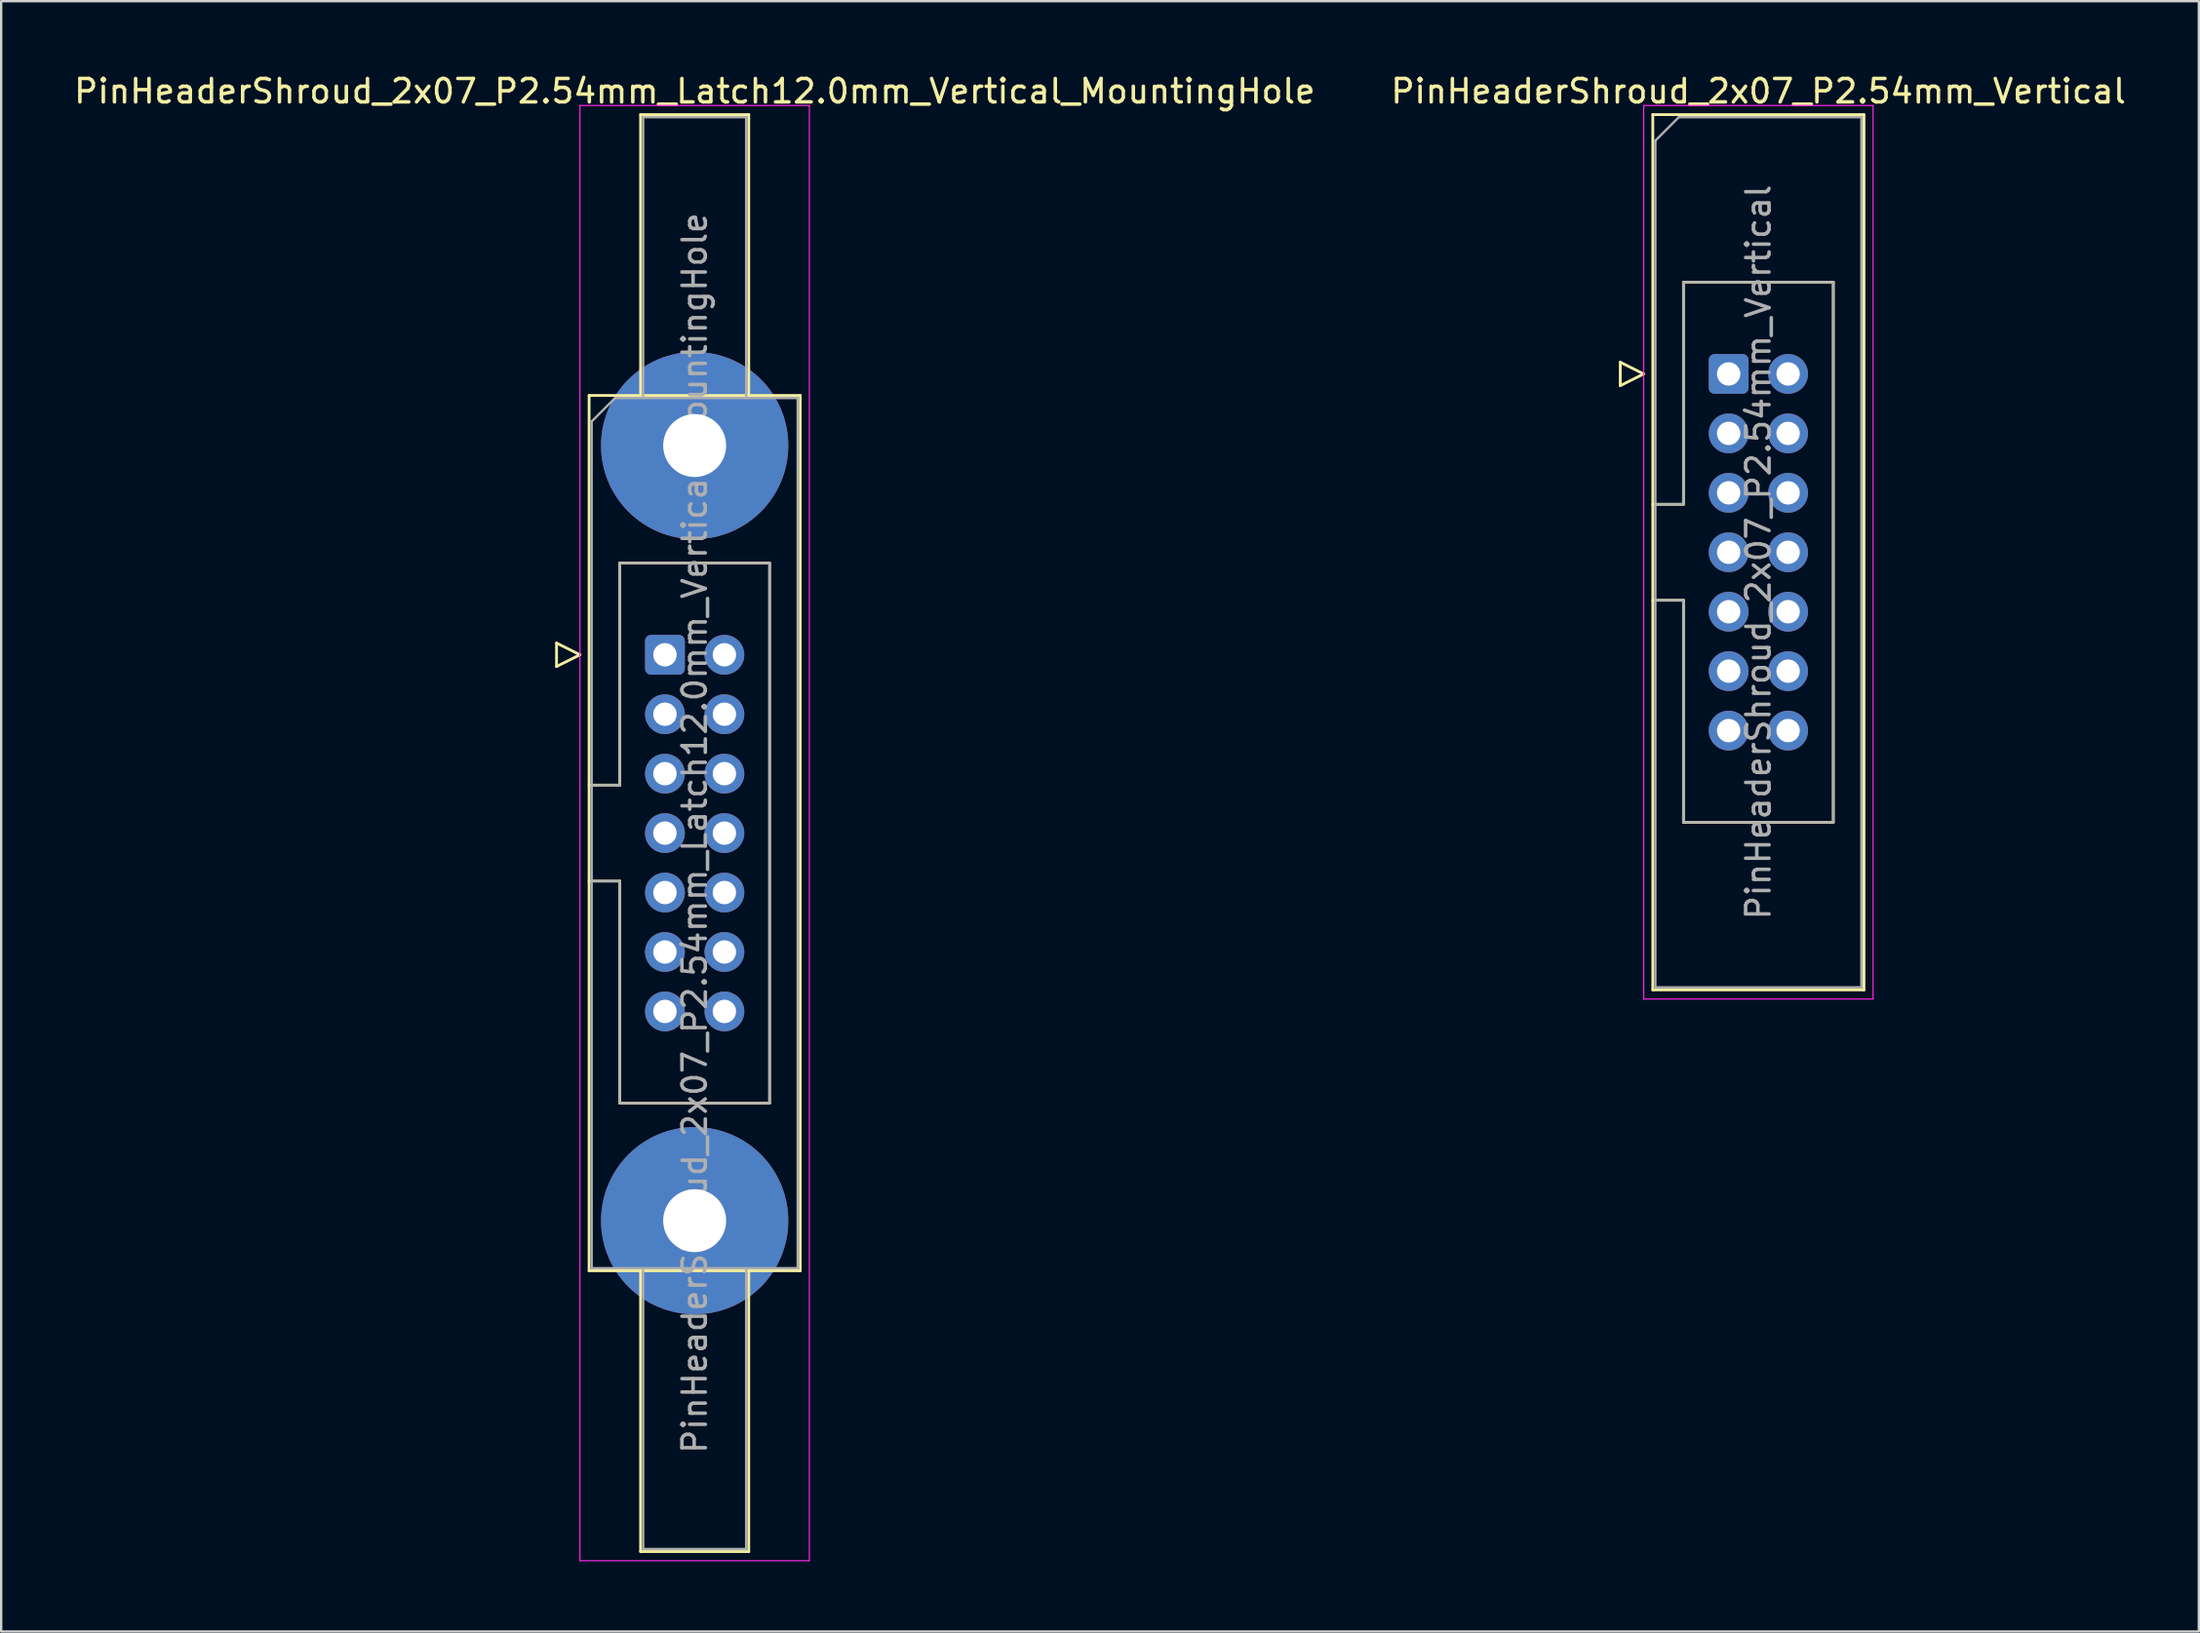
<source format=kicad_pcb>
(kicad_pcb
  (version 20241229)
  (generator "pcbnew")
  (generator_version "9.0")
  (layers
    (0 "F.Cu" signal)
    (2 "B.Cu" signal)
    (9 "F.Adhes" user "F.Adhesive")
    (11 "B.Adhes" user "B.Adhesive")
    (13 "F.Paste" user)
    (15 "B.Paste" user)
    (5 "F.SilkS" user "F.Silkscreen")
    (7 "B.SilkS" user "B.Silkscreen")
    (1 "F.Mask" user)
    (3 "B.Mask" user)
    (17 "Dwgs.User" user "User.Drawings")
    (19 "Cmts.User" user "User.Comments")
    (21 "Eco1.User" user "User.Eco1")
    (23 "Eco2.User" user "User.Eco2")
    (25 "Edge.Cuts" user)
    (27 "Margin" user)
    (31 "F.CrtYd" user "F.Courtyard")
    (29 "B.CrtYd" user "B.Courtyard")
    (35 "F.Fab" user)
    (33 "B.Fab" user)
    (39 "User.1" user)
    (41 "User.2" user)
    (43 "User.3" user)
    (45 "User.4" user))
  (footprint "PinHeaderShroud_2x07_P2.54mm_Vertical"
    (layer "F.Cu")
    (at 70.795 12.928)
    (property "Reference" "PinHeaderShroud_2x07_P2.54mm_Vertical" (at 1.27 -12.08 0) (layer "F.SilkS") (effects (font (size 1 1) (thickness 0.15))))
    (attr through_hole)
    (fp_line (start -4.63 -0.5) (end -4.63 0.5) (stroke (width 0.12) (type solid)) (layer "F.SilkS"))
    (fp_line (start -4.63 0.5) (end -3.63 0) (stroke (width 0.12) (type solid)) (layer "F.SilkS"))
    (fp_line (start -3.63 0) (end -4.63 -0.5) (stroke (width 0.12) (type solid)) (layer "F.SilkS"))
    (fp_line (start -3.24 -11.08) (end 5.78 -11.08) (stroke (width 0.12) (type solid)) (layer "F.SilkS"))
    (fp_line (start -3.24 5.57) (end -1.93 5.57) (stroke (width 0.12) (type solid)) (layer "F.SilkS"))
    (fp_line (start -3.24 9.67) (end -1.93 9.67) (stroke (width 0.12) (type solid)) (layer "F.SilkS"))
    (fp_line (start -3.24 26.32) (end -3.24 -11.08) (stroke (width 0.12) (type solid)) (layer "F.SilkS"))
    (fp_line (start -1.93 -3.92) (end 4.47 -3.92) (stroke (width 0.12) (type solid)) (layer "F.SilkS"))
    (fp_line (start -1.93 5.57) (end -1.93 -3.92) (stroke (width 0.12) (type solid)) (layer "F.SilkS"))
    (fp_line (start -1.93 19.16) (end -1.93 9.67) (stroke (width 0.12) (type solid)) (layer "F.SilkS"))
    (fp_line (start 4.47 -3.92) (end 4.47 19.16) (stroke (width 0.12) (type solid)) (layer "F.SilkS"))
    (fp_line (start 4.47 19.16) (end -1.93 19.16) (stroke (width 0.12) (type solid)) (layer "F.SilkS"))
    (fp_line (start 5.78 -11.08) (end 5.78 26.32) (stroke (width 0.12) (type solid)) (layer "F.SilkS"))
    (fp_line (start 5.78 26.32) (end -3.24 26.32) (stroke (width 0.12) (type solid)) (layer "F.SilkS"))
    (fp_line (start -3.63 -11.47) (end -3.63 26.71) (stroke (width 0.05) (type solid)) (layer "F.CrtYd"))
    (fp_line (start -3.63 26.71) (end 6.17 26.71) (stroke (width 0.05) (type solid)) (layer "F.CrtYd"))
    (fp_line (start 6.17 -11.47) (end -3.63 -11.47) (stroke (width 0.05) (type solid)) (layer "F.CrtYd"))
    (fp_line (start 6.17 26.71) (end 6.17 -11.47) (stroke (width 0.05) (type solid)) (layer "F.CrtYd"))
    (fp_line (start -3.13 -9.97) (end -2.13 -10.97) (stroke (width 0.1) (type solid)) (layer "F.Fab"))
    (fp_line (start -3.13 5.57) (end -1.93 5.57) (stroke (width 0.1) (type solid)) (layer "F.Fab"))
    (fp_line (start -3.13 9.67) (end -1.93 9.67) (stroke (width 0.1) (type solid)) (layer "F.Fab"))
    (fp_line (start -3.13 26.21) (end -3.13 -9.97) (stroke (width 0.1) (type solid)) (layer "F.Fab"))
    (fp_line (start -2.13 -10.97) (end 5.67 -10.97) (stroke (width 0.1) (type solid)) (layer "F.Fab"))
    (fp_line (start -1.93 -3.92) (end 4.47 -3.92) (stroke (width 0.1) (type solid)) (layer "F.Fab"))
    (fp_line (start -1.93 5.57) (end -1.93 -3.92) (stroke (width 0.1) (type solid)) (layer "F.Fab"))
    (fp_line (start -1.93 19.16) (end -1.93 9.67) (stroke (width 0.1) (type solid)) (layer "F.Fab"))
    (fp_line (start 4.47 -3.92) (end 4.47 19.16) (stroke (width 0.1) (type solid)) (layer "F.Fab"))
    (fp_line (start 4.47 19.16) (end -1.93 19.16) (stroke (width 0.1) (type solid)) (layer "F.Fab"))
    (fp_line (start 5.67 -10.97) (end 5.67 26.21) (stroke (width 0.1) (type solid)) (layer "F.Fab"))
    (fp_line (start 5.67 26.21) (end -3.13 26.21) (stroke (width 0.1) (type solid)) (layer "F.Fab"))
    (fp_text user "${REFERENCE}" (at 1.27 7.62 90) (layer "F.Fab") (effects (font (size 1 1) (thickness 0.15))))
    (pad "1" thru_hole roundrect (at 0 0) (size 1.7 1.7) (drill 1) (layers "*.Cu" "*.Mask") (roundrect_rratio 0.147))
    (pad "2" thru_hole circle (at 2.54 0) (size 1.7 1.7) (drill 1) (layers "*.Cu" "*.Mask"))
    (pad "3" thru_hole circle (at 0 2.54) (size 1.7 1.7) (drill 1) (layers "*.Cu" "*.Mask"))
    (pad "4" thru_hole circle (at 2.54 2.54) (size 1.7 1.7) (drill 1) (layers "*.Cu" "*.Mask"))
    (pad "5" thru_hole circle (at 0 5.08) (size 1.7 1.7) (drill 1) (layers "*.Cu" "*.Mask"))
    (pad "6" thru_hole circle (at 2.54 5.08) (size 1.7 1.7) (drill 1) (layers "*.Cu" "*.Mask"))
    (pad "7" thru_hole circle (at 0 7.62) (size 1.7 1.7) (drill 1) (layers "*.Cu" "*.Mask"))
    (pad "8" thru_hole circle (at 2.54 7.62) (size 1.7 1.7) (drill 1) (layers "*.Cu" "*.Mask"))
    (pad "9" thru_hole circle (at 0 10.16) (size 1.7 1.7) (drill 1) (layers "*.Cu" "*.Mask"))
    (pad "10" thru_hole circle (at 2.54 10.16) (size 1.7 1.7) (drill 1) (layers "*.Cu" "*.Mask"))
    (pad "11" thru_hole circle (at 0 12.7) (size 1.7 1.7) (drill 1) (layers "*.Cu" "*.Mask"))
    (pad "12" thru_hole circle (at 2.54 12.7) (size 1.7 1.7) (drill 1) (layers "*.Cu" "*.Mask"))
    (pad "13" thru_hole circle (at 0 15.24) (size 1.7 1.7) (drill 1) (layers "*.Cu" "*.Mask"))
    (pad "14" thru_hole circle (at 2.54 15.24) (size 1.7 1.7) (drill 1) (layers "*.Cu" "*.Mask")))
  (footprint "PinHeaderShroud_2x07_P2.54mm_Latch12.0mm_Vertical_MountingHole"
    (layer "F.Cu")
    (at 25.355 24.928)
    (property "Reference" "PinHeaderShroud_2x07_P2.54mm_Latch12.0mm_Vertical_MountingHole" (at 1.27 -24.08 0) (layer "F.SilkS") (effects (font (size 1 1) (thickness 0.15))))
    (attr through_hole)
    (fp_line (start -4.63 -0.5) (end -4.63 0.5) (stroke (width 0.12) (type solid)) (layer "F.SilkS"))
    (fp_line (start -4.63 0.5) (end -3.63 0) (stroke (width 0.12) (type solid)) (layer "F.SilkS"))
    (fp_line (start -3.63 0) (end -4.63 -0.5) (stroke (width 0.12) (type solid)) (layer "F.SilkS"))
    (fp_line (start -3.24 -11.08) (end 5.78 -11.08) (stroke (width 0.12) (type solid)) (layer "F.SilkS"))
    (fp_line (start -3.24 5.57) (end -1.93 5.57) (stroke (width 0.12) (type solid)) (layer "F.SilkS"))
    (fp_line (start -3.24 9.67) (end -1.93 9.67) (stroke (width 0.12) (type solid)) (layer "F.SilkS"))
    (fp_line (start -3.24 26.32) (end -3.24 -11.08) (stroke (width 0.12) (type solid)) (layer "F.SilkS"))
    (fp_line (start -1.93 -3.92) (end 4.47 -3.92) (stroke (width 0.12) (type solid)) (layer "F.SilkS"))
    (fp_line (start -1.93 5.57) (end -1.93 -3.92) (stroke (width 0.12) (type solid)) (layer "F.SilkS"))
    (fp_line (start -1.93 19.16) (end -1.93 9.67) (stroke (width 0.12) (type solid)) (layer "F.SilkS"))
    (fp_line (start -1.04 -23.08) (end 3.58 -23.08) (stroke (width 0.12) (type solid)) (layer "F.SilkS"))
    (fp_line (start -1.04 -11.08) (end -1.04 -23.08) (stroke (width 0.12) (type solid)) (layer "F.SilkS"))
    (fp_line (start -1.04 26.32) (end -1.04 38.32) (stroke (width 0.12) (type solid)) (layer "F.SilkS"))
    (fp_line (start -1.04 38.32) (end 3.58 38.32) (stroke (width 0.12) (type solid)) (layer "F.SilkS"))
    (fp_line (start 3.58 -23.08) (end 3.58 -11.08) (stroke (width 0.12) (type solid)) (layer "F.SilkS"))
    (fp_line (start 3.58 38.32) (end 3.58 26.32) (stroke (width 0.12) (type solid)) (layer "F.SilkS"))
    (fp_line (start 4.47 -3.92) (end 4.47 19.16) (stroke (width 0.12) (type solid)) (layer "F.SilkS"))
    (fp_line (start 4.47 19.16) (end -1.93 19.16) (stroke (width 0.12) (type solid)) (layer "F.SilkS"))
    (fp_line (start 5.78 -11.08) (end 5.78 26.32) (stroke (width 0.12) (type solid)) (layer "F.SilkS"))
    (fp_line (start 5.78 26.32) (end -3.24 26.32) (stroke (width 0.12) (type solid)) (layer "F.SilkS"))
    (fp_line (start -3.63 -23.47) (end -3.63 38.71) (stroke (width 0.05) (type solid)) (layer "F.CrtYd"))
    (fp_line (start -3.63 38.71) (end 6.17 38.71) (stroke (width 0.05) (type solid)) (layer "F.CrtYd"))
    (fp_line (start 6.17 -23.47) (end -3.63 -23.47) (stroke (width 0.05) (type solid)) (layer "F.CrtYd"))
    (fp_line (start 6.17 38.71) (end 6.17 -23.47) (stroke (width 0.05) (type solid)) (layer "F.CrtYd"))
    (fp_line (start -3.13 -9.97) (end -2.13 -10.97) (stroke (width 0.1) (type solid)) (layer "F.Fab"))
    (fp_line (start -3.13 5.57) (end -1.93 5.57) (stroke (width 0.1) (type solid)) (layer "F.Fab"))
    (fp_line (start -3.13 9.67) (end -1.93 9.67) (stroke (width 0.1) (type solid)) (layer "F.Fab"))
    (fp_line (start -3.13 26.21) (end -3.13 -9.97) (stroke (width 0.1) (type solid)) (layer "F.Fab"))
    (fp_line (start -2.13 -10.97) (end 5.67 -10.97) (stroke (width 0.1) (type solid)) (layer "F.Fab"))
    (fp_line (start -1.93 -3.92) (end 4.47 -3.92) (stroke (width 0.1) (type solid)) (layer "F.Fab"))
    (fp_line (start -1.93 5.57) (end -1.93 -3.92) (stroke (width 0.1) (type solid)) (layer "F.Fab"))
    (fp_line (start -1.93 19.16) (end -1.93 9.67) (stroke (width 0.1) (type solid)) (layer "F.Fab"))
    (fp_line (start -0.93 -22.97) (end 3.47 -22.97) (stroke (width 0.1) (type solid)) (layer "F.Fab"))
    (fp_line (start -0.93 -10.97) (end -0.93 -22.97) (stroke (width 0.1) (type solid)) (layer "F.Fab"))
    (fp_line (start -0.93 26.21) (end -0.93 38.21) (stroke (width 0.1) (type solid)) (layer "F.Fab"))
    (fp_line (start -0.93 38.21) (end 3.47 38.21) (stroke (width 0.1) (type solid)) (layer "F.Fab"))
    (fp_line (start 3.47 -22.97) (end 3.47 -10.97) (stroke (width 0.1) (type solid)) (layer "F.Fab"))
    (fp_line (start 3.47 38.21) (end 3.47 26.21) (stroke (width 0.1) (type solid)) (layer "F.Fab"))
    (fp_line (start 4.47 -3.92) (end 4.47 19.16) (stroke (width 0.1) (type solid)) (layer "F.Fab"))
    (fp_line (start 4.47 19.16) (end -1.93 19.16) (stroke (width 0.1) (type solid)) (layer "F.Fab"))
    (fp_line (start 5.67 -10.97) (end 5.67 26.21) (stroke (width 0.1) (type solid)) (layer "F.Fab"))
    (fp_line (start 5.67 26.21) (end -3.13 26.21) (stroke (width 0.1) (type solid)) (layer "F.Fab"))
    (fp_text user "${REFERENCE}" (at 1.27 7.62 90) (layer "F.Fab") (effects (font (size 1 1) (thickness 0.15))))
    (pad "" thru_hole circle (at 1.27 -8.94) (size 8 8) (drill 2.69) (layers "*.Cu" "*.Mask"))
    (pad "" thru_hole circle (at 1.27 24.18) (size 8 8) (drill 2.69) (layers "*.Cu" "*.Mask"))
    (pad "1" thru_hole roundrect (at 0 0) (size 1.7 1.7) (drill 1) (layers "*.Cu" "*.Mask") (roundrect_rratio 0.147))
    (pad "2" thru_hole circle (at 2.54 0) (size 1.7 1.7) (drill 1) (layers "*.Cu" "*.Mask"))
    (pad "3" thru_hole circle (at 0 2.54) (size 1.7 1.7) (drill 1) (layers "*.Cu" "*.Mask"))
    (pad "4" thru_hole circle (at 2.54 2.54) (size 1.7 1.7) (drill 1) (layers "*.Cu" "*.Mask"))
    (pad "5" thru_hole circle (at 0 5.08) (size 1.7 1.7) (drill 1) (layers "*.Cu" "*.Mask"))
    (pad "6" thru_hole circle (at 2.54 5.08) (size 1.7 1.7) (drill 1) (layers "*.Cu" "*.Mask"))
    (pad "7" thru_hole circle (at 0 7.62) (size 1.7 1.7) (drill 1) (layers "*.Cu" "*.Mask"))
    (pad "8" thru_hole circle (at 2.54 7.62) (size 1.7 1.7) (drill 1) (layers "*.Cu" "*.Mask"))
    (pad "9" thru_hole circle (at 0 10.16) (size 1.7 1.7) (drill 1) (layers "*.Cu" "*.Mask"))
    (pad "10" thru_hole circle (at 2.54 10.16) (size 1.7 1.7) (drill 1) (layers "*.Cu" "*.Mask"))
    (pad "11" thru_hole circle (at 0 12.7) (size 1.7 1.7) (drill 1) (layers "*.Cu" "*.Mask"))
    (pad "12" thru_hole circle (at 2.54 12.7) (size 1.7 1.7) (drill 1) (layers "*.Cu" "*.Mask"))
    (pad "13" thru_hole circle (at 0 15.24) (size 1.7 1.7) (drill 1) (layers "*.Cu" "*.Mask"))
    (pad "14" thru_hole circle (at 2.54 15.24) (size 1.7 1.7) (drill 1) (layers "*.Cu" "*.Mask")))
  (gr_rect
    (start -3 -3)
    (end 90.881 66.663)
    (stroke (width 0.1) (type default))
    (fill no)
    (layer "Edge.Cuts")))
</source>
